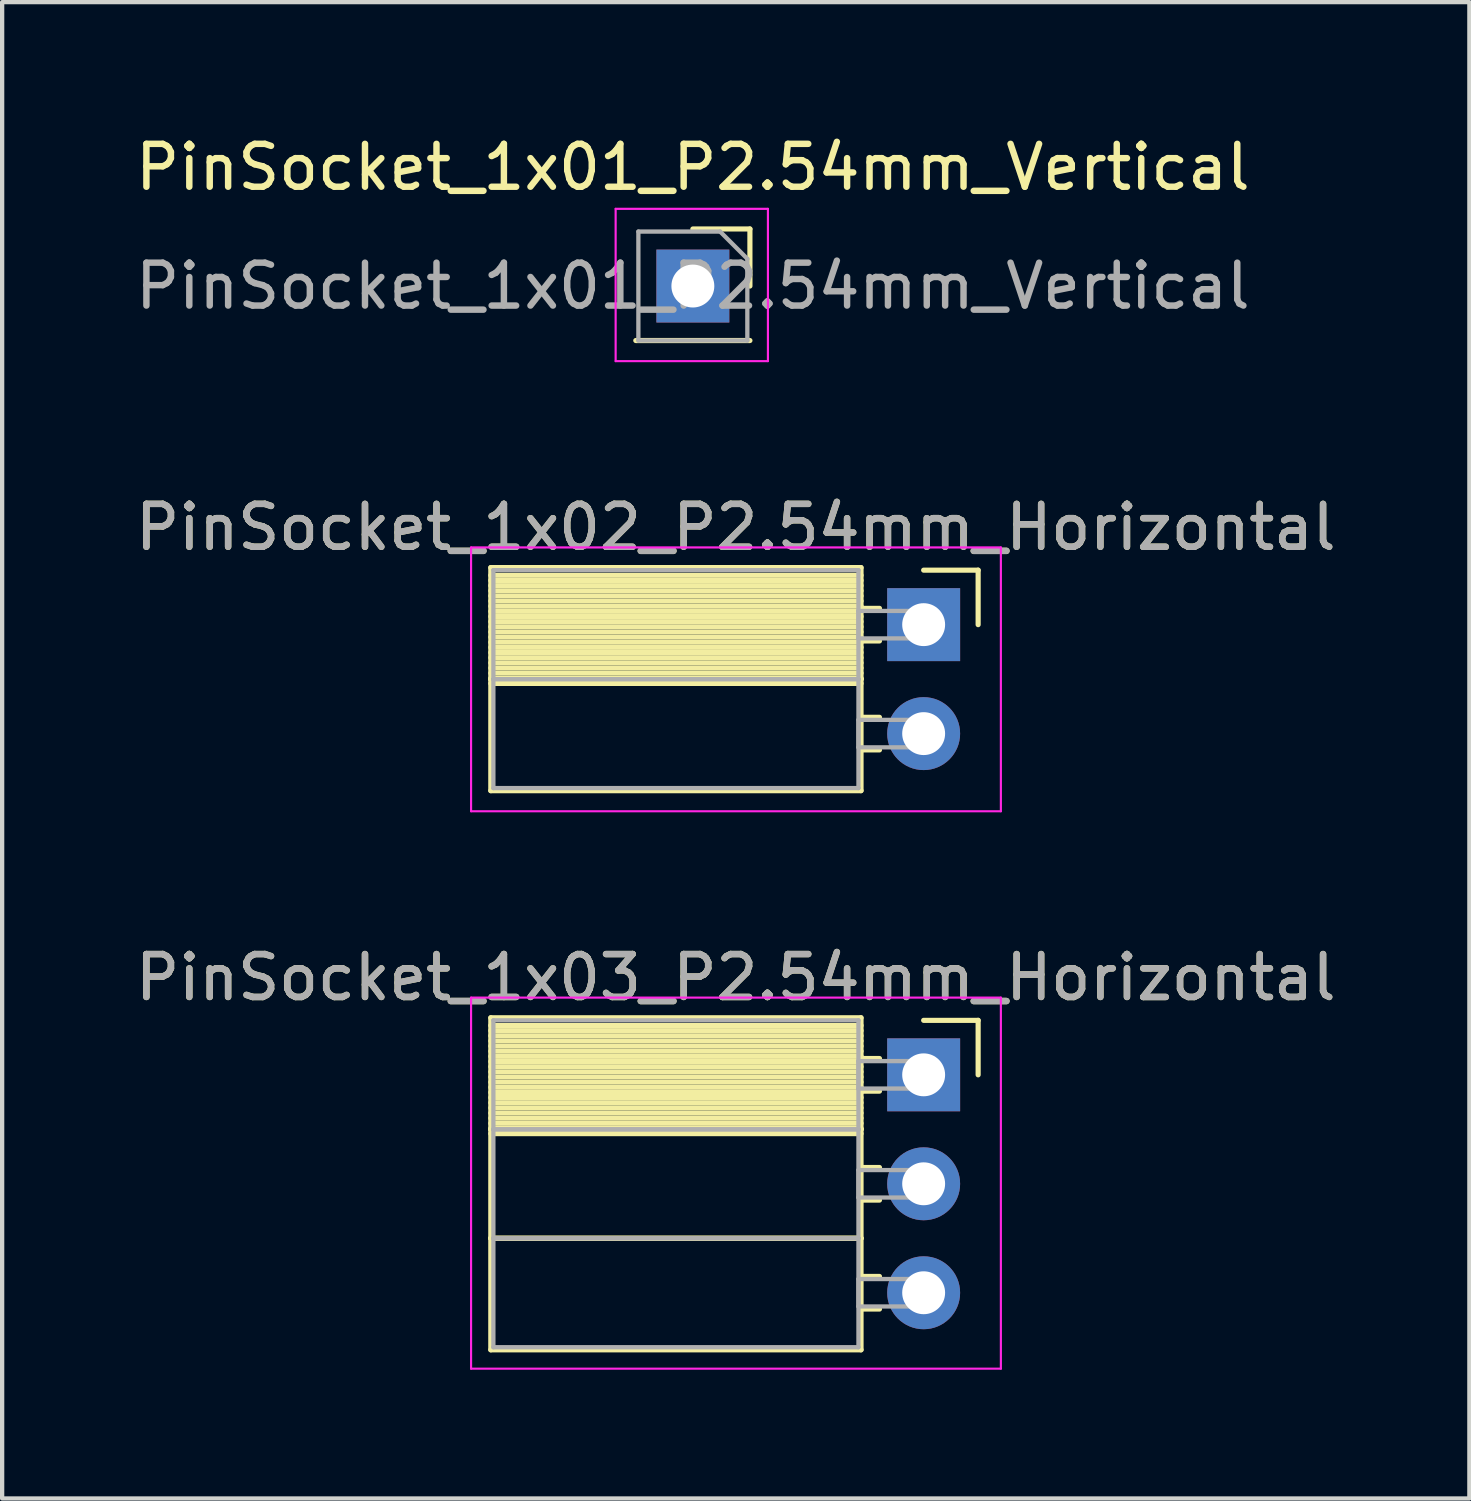
<source format=kicad_pcb>
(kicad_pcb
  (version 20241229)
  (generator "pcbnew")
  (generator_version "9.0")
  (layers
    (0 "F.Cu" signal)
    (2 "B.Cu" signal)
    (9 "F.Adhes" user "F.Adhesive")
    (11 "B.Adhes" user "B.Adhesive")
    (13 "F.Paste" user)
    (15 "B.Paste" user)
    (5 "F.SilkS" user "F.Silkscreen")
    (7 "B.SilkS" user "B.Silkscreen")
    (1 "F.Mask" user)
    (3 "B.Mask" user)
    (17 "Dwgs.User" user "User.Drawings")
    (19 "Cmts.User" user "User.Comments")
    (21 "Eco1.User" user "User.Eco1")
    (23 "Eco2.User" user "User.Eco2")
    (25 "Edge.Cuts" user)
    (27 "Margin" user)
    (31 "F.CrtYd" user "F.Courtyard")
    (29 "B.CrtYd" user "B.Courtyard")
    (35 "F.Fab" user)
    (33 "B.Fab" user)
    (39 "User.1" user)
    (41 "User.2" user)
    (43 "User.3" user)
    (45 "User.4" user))
  (footprint "PinSocket_1x02_P2.54mm_Horizontal"
    (layer "F.Cu")
    (at 18.481 11.511)
    (property "Reference" "PinSocket_1x02_P2.54mm_Horizontal" (at -4.38 -2.27 0) (layer "F.SilkS") (effects (font (size 1 1) (thickness 0.15))))
    (attr through_hole)
    (fp_line (start -10.09 -1.33) (end -1.46 -1.33) (stroke (width 0.12) (type solid)) (layer "F.SilkS"))
    (fp_line (start -10.09 1.27) (end -10.09 -1.33) (stroke (width 0.12) (type solid)) (layer "F.SilkS"))
    (fp_line (start -10.09 1.27) (end -1.46 1.27) (stroke (width 0.12) (type solid)) (layer "F.SilkS"))
    (fp_line (start -10.09 3.87) (end -10.09 1.27) (stroke (width 0.12) (type solid)) (layer "F.SilkS"))
    (fp_line (start -1.46 -1.33) (end -1.46 1.27) (stroke (width 0.12) (type solid)) (layer "F.SilkS"))
    (fp_line (start -1.46 -1.15) (end -10.09 -1.15) (stroke (width 0.12) (type solid)) (layer "F.SilkS"))
    (fp_line (start -1.46 -1.03) (end -10.09 -1.03) (stroke (width 0.12) (type solid)) (layer "F.SilkS"))
    (fp_line (start -1.46 -0.91) (end -10.09 -0.91) (stroke (width 0.12) (type solid)) (layer "F.SilkS"))
    (fp_line (start -1.46 -0.79) (end -10.09 -0.79) (stroke (width 0.12) (type solid)) (layer "F.SilkS"))
    (fp_line (start -1.46 -0.67) (end -10.09 -0.67) (stroke (width 0.12) (type solid)) (layer "F.SilkS"))
    (fp_line (start -1.46 -0.55) (end -10.09 -0.55) (stroke (width 0.12) (type solid)) (layer "F.SilkS"))
    (fp_line (start -1.46 -0.43) (end -10.09 -0.43) (stroke (width 0.12) (type solid)) (layer "F.SilkS"))
    (fp_line (start -1.46 -0.31) (end -10.09 -0.31) (stroke (width 0.12) (type solid)) (layer "F.SilkS"))
    (fp_line (start -1.46 -0.19) (end -10.09 -0.19) (stroke (width 0.12) (type solid)) (layer "F.SilkS"))
    (fp_line (start -1.46 -0.07) (end -10.09 -0.07) (stroke (width 0.12) (type solid)) (layer "F.SilkS"))
    (fp_line (start -1.46 0.05) (end -10.09 0.05) (stroke (width 0.12) (type solid)) (layer "F.SilkS"))
    (fp_line (start -1.46 0.17) (end -10.09 0.17) (stroke (width 0.12) (type solid)) (layer "F.SilkS"))
    (fp_line (start -1.46 0.29) (end -10.09 0.29) (stroke (width 0.12) (type solid)) (layer "F.SilkS"))
    (fp_line (start -1.46 0.41) (end -10.09 0.41) (stroke (width 0.12) (type solid)) (layer "F.SilkS"))
    (fp_line (start -1.46 0.53) (end -10.09 0.53) (stroke (width 0.12) (type solid)) (layer "F.SilkS"))
    (fp_line (start -1.46 0.65) (end -10.09 0.65) (stroke (width 0.12) (type solid)) (layer "F.SilkS"))
    (fp_line (start -1.46 0.77) (end -10.09 0.77) (stroke (width 0.12) (type solid)) (layer "F.SilkS"))
    (fp_line (start -1.46 0.89) (end -10.09 0.89) (stroke (width 0.12) (type solid)) (layer "F.SilkS"))
    (fp_line (start -1.46 1.01) (end -10.09 1.01) (stroke (width 0.12) (type solid)) (layer "F.SilkS"))
    (fp_line (start -1.46 1.13) (end -10.09 1.13) (stroke (width 0.12) (type solid)) (layer "F.SilkS"))
    (fp_line (start -1.46 1.25) (end -10.09 1.25) (stroke (width 0.12) (type solid)) (layer "F.SilkS"))
    (fp_line (start -1.46 1.27) (end -10.09 1.27) (stroke (width 0.12) (type solid)) (layer "F.SilkS"))
    (fp_line (start -1.46 1.27) (end -1.46 3.87) (stroke (width 0.12) (type solid)) (layer "F.SilkS"))
    (fp_line (start -1.46 1.37) (end -10.09 1.37) (stroke (width 0.12) (type solid)) (layer "F.SilkS"))
    (fp_line (start -1.46 3.87) (end -10.09 3.87) (stroke (width 0.12) (type solid)) (layer "F.SilkS"))
    (fp_line (start -1.03 -0.38) (end -1.46 -0.38) (stroke (width 0.12) (type solid)) (layer "F.SilkS"))
    (fp_line (start -1.03 0.38) (end -1.46 0.38) (stroke (width 0.12) (type solid)) (layer "F.SilkS"))
    (fp_line (start -1.03 2.16) (end -1.46 2.16) (stroke (width 0.12) (type solid)) (layer "F.SilkS"))
    (fp_line (start -1.03 2.92) (end -1.46 2.92) (stroke (width 0.12) (type solid)) (layer "F.SilkS"))
    (fp_line (start 0 -1.27) (end 1.27 -1.27) (stroke (width 0.12) (type solid)) (layer "F.SilkS"))
    (fp_line (start 1.27 -1.27) (end 1.27 0) (stroke (width 0.12) (type solid)) (layer "F.SilkS"))
    (fp_line (start -10.55 -1.8) (end 1.8 -1.8) (stroke (width 0.05) (type solid)) (layer "F.CrtYd"))
    (fp_line (start -10.55 4.35) (end -10.55 -1.8) (stroke (width 0.05) (type solid)) (layer "F.CrtYd"))
    (fp_line (start 1.8 -1.8) (end 1.8 4.35) (stroke (width 0.05) (type solid)) (layer "F.CrtYd"))
    (fp_line (start 1.8 4.35) (end -10.55 4.35) (stroke (width 0.05) (type solid)) (layer "F.CrtYd"))
    (fp_line (start -10.03 -1.27) (end -1.52 -1.27) (stroke (width 0.1) (type solid)) (layer "F.Fab"))
    (fp_line (start -10.03 1.27) (end -10.03 -1.27) (stroke (width 0.1) (type solid)) (layer "F.Fab"))
    (fp_line (start -10.03 1.27) (end -1.52 1.27) (stroke (width 0.1) (type solid)) (layer "F.Fab"))
    (fp_line (start -10.03 3.81) (end -10.03 1.27) (stroke (width 0.1) (type solid)) (layer "F.Fab"))
    (fp_line (start -1.52 -1.27) (end -1.52 1.27) (stroke (width 0.1) (type solid)) (layer "F.Fab"))
    (fp_line (start -1.52 -0.32) (end 0 -0.32) (stroke (width 0.1) (type solid)) (layer "F.Fab"))
    (fp_line (start -1.52 0.32) (end -1.52 -0.32) (stroke (width 0.1) (type solid)) (layer "F.Fab"))
    (fp_line (start -1.52 1.27) (end -10.03 1.27) (stroke (width 0.1) (type solid)) (layer "F.Fab"))
    (fp_line (start -1.52 1.27) (end -1.52 3.81) (stroke (width 0.1) (type solid)) (layer "F.Fab"))
    (fp_line (start -1.52 2.22) (end 0 2.22) (stroke (width 0.1) (type solid)) (layer "F.Fab"))
    (fp_line (start -1.52 2.86) (end -1.52 2.22) (stroke (width 0.1) (type solid)) (layer "F.Fab"))
    (fp_line (start -1.52 3.81) (end -10.03 3.81) (stroke (width 0.1) (type solid)) (layer "F.Fab"))
    (fp_line (start 0 -0.32) (end 0 0.32) (stroke (width 0.1) (type solid)) (layer "F.Fab"))
    (fp_line (start 0 0.32) (end -1.52 0.32) (stroke (width 0.1) (type solid)) (layer "F.Fab"))
    (fp_line (start 0 2.22) (end 0 2.86) (stroke (width 0.1) (type solid)) (layer "F.Fab"))
    (fp_line (start 0 2.86) (end -1.52 2.86) (stroke (width 0.1) (type solid)) (layer "F.Fab"))
    (fp_text user "${REFERENCE}" (at -4.38 -2.27 0) (layer "F.Fab") (effects (font (size 1 1) (thickness 0.15))))
    (pad "1" thru_hole rect (at 0 0) (size 1.7 1.7) (drill 1) (layers "*.Cu" "*.Mask"))
    (pad "2" thru_hole oval (at 0 2.54) (size 1.7 1.7) (drill 1) (layers "*.Cu" "*.Mask")))
  (footprint "PinSocket_1x01_P2.54mm_Vertical"
    (layer "F.Cu")
    (at 13.101 3.618)
    (property "Reference" "PinSocket_1x01_P2.54mm_Vertical" (at 0 -2.77 0) (layer "F.SilkS") (effects (font (size 1 1) (thickness 0.15))))
    (attr through_hole)
    (fp_line (start -1.33 1.27) (end 1.33 1.27) (stroke (width 0.12) (type solid)) (layer "F.SilkS"))
    (fp_line (start 0 -1.33) (end 1.33 -1.33) (stroke (width 0.12) (type solid)) (layer "F.SilkS"))
    (fp_line (start 1.33 -1.33) (end 1.33 0) (stroke (width 0.12) (type solid)) (layer "F.SilkS"))
    (fp_line (start -1.8 -1.8) (end 1.75 -1.8) (stroke (width 0.05) (type solid)) (layer "F.CrtYd"))
    (fp_line (start -1.8 1.75) (end -1.8 -1.8) (stroke (width 0.05) (type solid)) (layer "F.CrtYd"))
    (fp_line (start 1.75 -1.8) (end 1.75 1.75) (stroke (width 0.05) (type solid)) (layer "F.CrtYd"))
    (fp_line (start 1.75 1.75) (end -1.8 1.75) (stroke (width 0.05) (type solid)) (layer "F.CrtYd"))
    (fp_line (start -1.27 -1.27) (end 0.635 -1.27) (stroke (width 0.1) (type solid)) (layer "F.Fab"))
    (fp_line (start -1.27 1.27) (end -1.27 -1.27) (stroke (width 0.1) (type solid)) (layer "F.Fab"))
    (fp_line (start 0.635 -1.27) (end 1.27 -0.635) (stroke (width 0.1) (type solid)) (layer "F.Fab"))
    (fp_line (start 1.27 -0.635) (end 1.27 1.27) (stroke (width 0.1) (type solid)) (layer "F.Fab"))
    (fp_line (start 1.27 1.27) (end -1.27 1.27) (stroke (width 0.1) (type solid)) (layer "F.Fab"))
    (fp_text user "${REFERENCE}" (at 0 0 0) (layer "F.Fab") (effects (font (size 1 1) (thickness 0.15))))
    (pad "1" thru_hole rect (at 0 0) (size 1.7 1.7) (drill 1) (layers "*.Cu" "*.Mask")))
  (footprint "PinSocket_1x03_P2.54mm_Horizontal"
    (layer "F.Cu")
    (at 18.481 22.005)
    (property "Reference" "PinSocket_1x03_P2.54mm_Horizontal" (at -4.38 -2.27 0) (layer "F.SilkS") (effects (font (size 1 1) (thickness 0.15))))
    (attr through_hole)
    (fp_line (start -10.09 -1.33) (end -1.46 -1.33) (stroke (width 0.12) (type solid)) (layer "F.SilkS"))
    (fp_line (start -10.09 1.27) (end -10.09 -1.33) (stroke (width 0.12) (type solid)) (layer "F.SilkS"))
    (fp_line (start -10.09 1.27) (end -1.46 1.27) (stroke (width 0.12) (type solid)) (layer "F.SilkS"))
    (fp_line (start -10.09 3.81) (end -10.09 1.27) (stroke (width 0.12) (type solid)) (layer "F.SilkS"))
    (fp_line (start -10.09 3.81) (end -1.46 3.81) (stroke (width 0.12) (type solid)) (layer "F.SilkS"))
    (fp_line (start -10.09 6.41) (end -10.09 3.81) (stroke (width 0.12) (type solid)) (layer "F.SilkS"))
    (fp_line (start -1.46 -1.33) (end -1.46 1.27) (stroke (width 0.12) (type solid)) (layer "F.SilkS"))
    (fp_line (start -1.46 -1.15) (end -10.09 -1.15) (stroke (width 0.12) (type solid)) (layer "F.SilkS"))
    (fp_line (start -1.46 -1.03) (end -10.09 -1.03) (stroke (width 0.12) (type solid)) (layer "F.SilkS"))
    (fp_line (start -1.46 -0.91) (end -10.09 -0.91) (stroke (width 0.12) (type solid)) (layer "F.SilkS"))
    (fp_line (start -1.46 -0.79) (end -10.09 -0.79) (stroke (width 0.12) (type solid)) (layer "F.SilkS"))
    (fp_line (start -1.46 -0.67) (end -10.09 -0.67) (stroke (width 0.12) (type solid)) (layer "F.SilkS"))
    (fp_line (start -1.46 -0.55) (end -10.09 -0.55) (stroke (width 0.12) (type solid)) (layer "F.SilkS"))
    (fp_line (start -1.46 -0.43) (end -10.09 -0.43) (stroke (width 0.12) (type solid)) (layer "F.SilkS"))
    (fp_line (start -1.46 -0.31) (end -10.09 -0.31) (stroke (width 0.12) (type solid)) (layer "F.SilkS"))
    (fp_line (start -1.46 -0.19) (end -10.09 -0.19) (stroke (width 0.12) (type solid)) (layer "F.SilkS"))
    (fp_line (start -1.46 -0.07) (end -10.09 -0.07) (stroke (width 0.12) (type solid)) (layer "F.SilkS"))
    (fp_line (start -1.46 0.05) (end -10.09 0.05) (stroke (width 0.12) (type solid)) (layer "F.SilkS"))
    (fp_line (start -1.46 0.17) (end -10.09 0.17) (stroke (width 0.12) (type solid)) (layer "F.SilkS"))
    (fp_line (start -1.46 0.29) (end -10.09 0.29) (stroke (width 0.12) (type solid)) (layer "F.SilkS"))
    (fp_line (start -1.46 0.41) (end -10.09 0.41) (stroke (width 0.12) (type solid)) (layer "F.SilkS"))
    (fp_line (start -1.46 0.53) (end -10.09 0.53) (stroke (width 0.12) (type solid)) (layer "F.SilkS"))
    (fp_line (start -1.46 0.65) (end -10.09 0.65) (stroke (width 0.12) (type solid)) (layer "F.SilkS"))
    (fp_line (start -1.46 0.77) (end -10.09 0.77) (stroke (width 0.12) (type solid)) (layer "F.SilkS"))
    (fp_line (start -1.46 0.89) (end -10.09 0.89) (stroke (width 0.12) (type solid)) (layer "F.SilkS"))
    (fp_line (start -1.46 1.01) (end -10.09 1.01) (stroke (width 0.12) (type solid)) (layer "F.SilkS"))
    (fp_line (start -1.46 1.13) (end -10.09 1.13) (stroke (width 0.12) (type solid)) (layer "F.SilkS"))
    (fp_line (start -1.46 1.25) (end -10.09 1.25) (stroke (width 0.12) (type solid)) (layer "F.SilkS"))
    (fp_line (start -1.46 1.27) (end -10.09 1.27) (stroke (width 0.12) (type solid)) (layer "F.SilkS"))
    (fp_line (start -1.46 1.27) (end -1.46 3.81) (stroke (width 0.12) (type solid)) (layer "F.SilkS"))
    (fp_line (start -1.46 1.37) (end -10.09 1.37) (stroke (width 0.12) (type solid)) (layer "F.SilkS"))
    (fp_line (start -1.46 3.81) (end -10.09 3.81) (stroke (width 0.12) (type solid)) (layer "F.SilkS"))
    (fp_line (start -1.46 3.81) (end -1.46 6.41) (stroke (width 0.12) (type solid)) (layer "F.SilkS"))
    (fp_line (start -1.46 6.41) (end -10.09 6.41) (stroke (width 0.12) (type solid)) (layer "F.SilkS"))
    (fp_line (start -1.03 -0.38) (end -1.46 -0.38) (stroke (width 0.12) (type solid)) (layer "F.SilkS"))
    (fp_line (start -1.03 0.38) (end -1.46 0.38) (stroke (width 0.12) (type solid)) (layer "F.SilkS"))
    (fp_line (start -1.03 2.16) (end -1.46 2.16) (stroke (width 0.12) (type solid)) (layer "F.SilkS"))
    (fp_line (start -1.03 2.92) (end -1.46 2.92) (stroke (width 0.12) (type solid)) (layer "F.SilkS"))
    (fp_line (start -1.03 4.7) (end -1.46 4.7) (stroke (width 0.12) (type solid)) (layer "F.SilkS"))
    (fp_line (start -1.03 5.46) (end -1.46 5.46) (stroke (width 0.12) (type solid)) (layer "F.SilkS"))
    (fp_line (start 0 -1.27) (end 1.27 -1.27) (stroke (width 0.12) (type solid)) (layer "F.SilkS"))
    (fp_line (start 1.27 -1.27) (end 1.27 0) (stroke (width 0.12) (type solid)) (layer "F.SilkS"))
    (fp_line (start -10.55 -1.8) (end 1.8 -1.8) (stroke (width 0.05) (type solid)) (layer "F.CrtYd"))
    (fp_line (start -10.55 6.85) (end -10.55 -1.8) (stroke (width 0.05) (type solid)) (layer "F.CrtYd"))
    (fp_line (start 1.8 -1.8) (end 1.8 6.85) (stroke (width 0.05) (type solid)) (layer "F.CrtYd"))
    (fp_line (start 1.8 6.85) (end -10.55 6.85) (stroke (width 0.05) (type solid)) (layer "F.CrtYd"))
    (fp_line (start -10.03 -1.27) (end -1.52 -1.27) (stroke (width 0.1) (type solid)) (layer "F.Fab"))
    (fp_line (start -10.03 1.27) (end -10.03 -1.27) (stroke (width 0.1) (type solid)) (layer "F.Fab"))
    (fp_line (start -10.03 1.27) (end -1.52 1.27) (stroke (width 0.1) (type solid)) (layer "F.Fab"))
    (fp_line (start -10.03 3.81) (end -10.03 1.27) (stroke (width 0.1) (type solid)) (layer "F.Fab"))
    (fp_line (start -10.03 3.81) (end -1.52 3.81) (stroke (width 0.1) (type solid)) (layer "F.Fab"))
    (fp_line (start -10.03 6.35) (end -10.03 3.81) (stroke (width 0.1) (type solid)) (layer "F.Fab"))
    (fp_line (start -1.52 -1.27) (end -1.52 1.27) (stroke (width 0.1) (type solid)) (layer "F.Fab"))
    (fp_line (start -1.52 -0.32) (end 0 -0.32) (stroke (width 0.1) (type solid)) (layer "F.Fab"))
    (fp_line (start -1.52 0.32) (end -1.52 -0.32) (stroke (width 0.1) (type solid)) (layer "F.Fab"))
    (fp_line (start -1.52 1.27) (end -10.03 1.27) (stroke (width 0.1) (type solid)) (layer "F.Fab"))
    (fp_line (start -1.52 1.27) (end -1.52 3.81) (stroke (width 0.1) (type solid)) (layer "F.Fab"))
    (fp_line (start -1.52 2.22) (end 0 2.22) (stroke (width 0.1) (type solid)) (layer "F.Fab"))
    (fp_line (start -1.52 2.86) (end -1.52 2.22) (stroke (width 0.1) (type solid)) (layer "F.Fab"))
    (fp_line (start -1.52 3.81) (end -10.03 3.81) (stroke (width 0.1) (type solid)) (layer "F.Fab"))
    (fp_line (start -1.52 3.81) (end -1.52 6.35) (stroke (width 0.1) (type solid)) (layer "F.Fab"))
    (fp_line (start -1.52 4.76) (end 0 4.76) (stroke (width 0.1) (type solid)) (layer "F.Fab"))
    (fp_line (start -1.52 5.4) (end -1.52 4.76) (stroke (width 0.1) (type solid)) (layer "F.Fab"))
    (fp_line (start -1.52 6.35) (end -10.03 6.35) (stroke (width 0.1) (type solid)) (layer "F.Fab"))
    (fp_line (start 0 -0.32) (end 0 0.32) (stroke (width 0.1) (type solid)) (layer "F.Fab"))
    (fp_line (start 0 0.32) (end -1.52 0.32) (stroke (width 0.1) (type solid)) (layer "F.Fab"))
    (fp_line (start 0 2.22) (end 0 2.86) (stroke (width 0.1) (type solid)) (layer "F.Fab"))
    (fp_line (start 0 2.86) (end -1.52 2.86) (stroke (width 0.1) (type solid)) (layer "F.Fab"))
    (fp_line (start 0 4.76) (end 0 5.4) (stroke (width 0.1) (type solid)) (layer "F.Fab"))
    (fp_line (start 0 5.4) (end -1.52 5.4) (stroke (width 0.1) (type solid)) (layer "F.Fab"))
    (fp_text user "${REFERENCE}" (at -4.38 -2.27 0) (layer "F.Fab") (effects (font (size 1 1) (thickness 0.15))))
    (pad "1" thru_hole rect (at 0 0) (size 1.7 1.7) (drill 1) (layers "*.Cu" "*.Mask"))
    (pad "2" thru_hole oval (at 0 2.54) (size 1.7 1.7) (drill 1) (layers "*.Cu" "*.Mask"))
    (pad "3" thru_hole oval (at 0 5.08) (size 1.7 1.7) (drill 1) (layers "*.Cu" "*.Mask")))
  (gr_rect
    (start -3 -3)
    (end 31.202 31.88)
    (stroke (width 0.1) (type default))
    (fill no)
    (layer "Edge.Cuts")))
</source>
